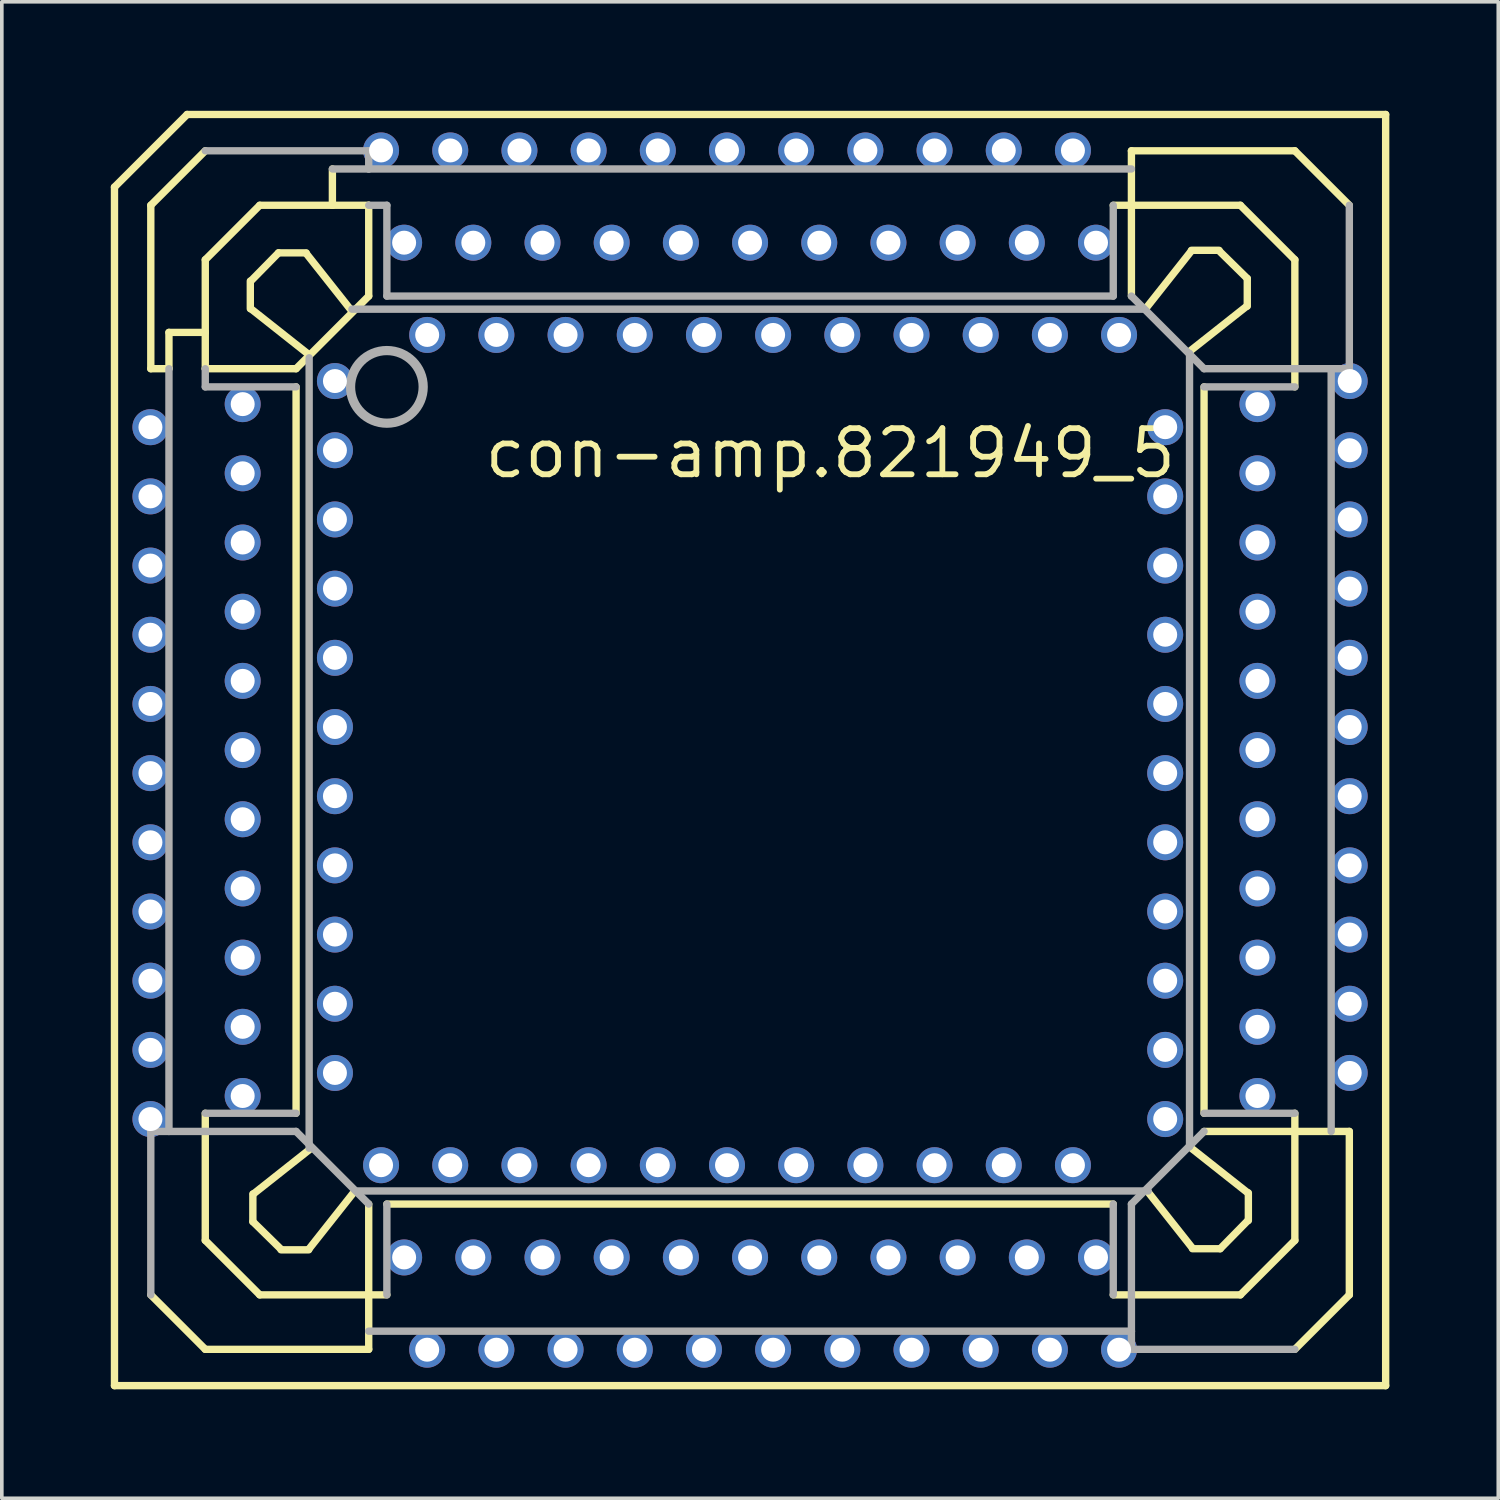
<source format=kicad_pcb>
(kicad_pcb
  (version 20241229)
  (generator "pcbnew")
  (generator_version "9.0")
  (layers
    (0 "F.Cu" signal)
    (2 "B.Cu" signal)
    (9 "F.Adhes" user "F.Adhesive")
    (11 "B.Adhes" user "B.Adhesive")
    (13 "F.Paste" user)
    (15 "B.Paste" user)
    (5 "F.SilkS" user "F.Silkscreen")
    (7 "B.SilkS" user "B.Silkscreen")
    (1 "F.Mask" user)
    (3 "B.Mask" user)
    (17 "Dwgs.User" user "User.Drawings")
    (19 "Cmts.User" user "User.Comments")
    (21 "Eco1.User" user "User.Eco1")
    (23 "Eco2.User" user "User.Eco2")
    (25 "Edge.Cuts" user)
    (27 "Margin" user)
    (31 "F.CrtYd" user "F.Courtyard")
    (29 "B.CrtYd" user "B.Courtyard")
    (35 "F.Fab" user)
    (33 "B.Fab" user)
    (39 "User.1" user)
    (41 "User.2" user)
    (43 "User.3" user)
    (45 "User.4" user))
  (footprint "con-amp.821949_5"
    (layer "F.Cu")
    (at 17.602 17.602)
    (property "Reference" "con-amp.821949_5" (at -7.39 -7.43 0) (layer "F.SilkS") (effects (font (size 1.27 1.27) (thickness 0.16)) (justify left bottom)))
    (attr through_hole)
    (fp_line (start -17.5 17.5) (end -17.5 -15.5) (stroke (width 0.203) (type default)) (layer "F.SilkS"))
    (fp_line (start -16.5 -15) (end -16.5 -10.5) (stroke (width 0.203) (type default)) (layer "F.SilkS"))
    (fp_line (start -16.5 -10.5) (end -16 -10.5) (stroke (width 0.203) (type default)) (layer "F.SilkS"))
    (fp_line (start -16 -11.5) (end -16 -10.5) (stroke (width 0.203) (type default)) (layer "F.SilkS"))
    (fp_line (start -15.5 -17.5) (end -17.5 -15.5) (stroke (width 0.203) (type default)) (layer "F.SilkS"))
    (fp_line (start -15.5 -17.5) (end 17.5 -17.5) (stroke (width 0.203) (type default)) (layer "F.SilkS"))
    (fp_line (start -15 -16.5) (end -16.5 -15) (stroke (width 0.203) (type default)) (layer "F.SilkS"))
    (fp_line (start -15 -13.5) (end -15 -11.5) (stroke (width 0.203) (type default)) (layer "F.SilkS"))
    (fp_line (start -15 -11.5) (end -16 -11.5) (stroke (width 0.203) (type default)) (layer "F.SilkS"))
    (fp_line (start -15 -11.5) (end -15 -10.5) (stroke (width 0.203) (type default)) (layer "F.SilkS"))
    (fp_line (start -15 -10.5) (end -12.5 -10.5) (stroke (width 0.203) (type default)) (layer "F.SilkS"))
    (fp_line (start -15 10) (end -15 13.5) (stroke (width 0.203) (type default)) (layer "F.SilkS"))
    (fp_line (start -15 13.5) (end -13.5 15) (stroke (width 0.203) (type default)) (layer "F.SilkS"))
    (fp_line (start -15 16.5) (end -16.5 15) (stroke (width 0.203) (type default)) (layer "F.SilkS"))
    (fp_line (start -13.76 -12.914) (end -13.76 -12.152) (stroke (width 0.203) (type default)) (layer "F.SilkS"))
    (fp_line (start -13.746 -12.152) (end -12.14 -10.882) (stroke (width 0.203) (type default)) (layer "F.SilkS"))
    (fp_line (start -13.69 12.222) (end -13.69 12.984) (stroke (width 0.203) (type default)) (layer "F.SilkS"))
    (fp_line (start -13.69 12.984) (end -12.914 13.746) (stroke (width 0.203) (type default)) (layer "F.SilkS"))
    (fp_line (start -13.5 -15) (end -15 -13.5) (stroke (width 0.203) (type default)) (layer "F.SilkS"))
    (fp_line (start -13.5 15) (end -10 15) (stroke (width 0.203) (type default)) (layer "F.SilkS"))
    (fp_line (start -12.984 -13.69) (end -13.746 -12.914) (stroke (width 0.203) (type default)) (layer "F.SilkS"))
    (fp_line (start -12.914 13.76) (end -12.152 13.76) (stroke (width 0.203) (type default)) (layer "F.SilkS"))
    (fp_line (start -12.5 10) (end -12.5 -10) (stroke (width 0.203) (type default)) (layer "F.SilkS"))
    (fp_line (start -12.222 -13.69) (end -12.984 -13.69) (stroke (width 0.203) (type default)) (layer "F.SilkS"))
    (fp_line (start -12.152 13.746) (end -10.882 12.14) (stroke (width 0.203) (type default)) (layer "F.SilkS"))
    (fp_line (start -12.07 10.952) (end -13.676 12.222) (stroke (width 0.203) (type default)) (layer "F.SilkS"))
    (fp_line (start -11.5 -15) (end -13.5 -15) (stroke (width 0.203) (type default)) (layer "F.SilkS"))
    (fp_line (start -11.5 -15) (end -11.5 -16) (stroke (width 0.203) (type default)) (layer "F.SilkS"))
    (fp_line (start -10.952 -12.07) (end -12.222 -13.676) (stroke (width 0.203) (type default)) (layer "F.SilkS"))
    (fp_line (start -10.5 -15) (end -11.5 -15) (stroke (width 0.203) (type default)) (layer "F.SilkS"))
    (fp_line (start -10.5 -12.5) (end -12.5 -10.5) (stroke (width 0.203) (type default)) (layer "F.SilkS"))
    (fp_line (start -10.5 -12.5) (end -10.5 -15) (stroke (width 0.203) (type default)) (layer "F.SilkS"))
    (fp_line (start -10.5 12.5) (end -10.5 16.5) (stroke (width 0.203) (type default)) (layer "F.SilkS"))
    (fp_line (start -10.5 16.5) (end -15 16.5) (stroke (width 0.203) (type default)) (layer "F.SilkS"))
    (fp_line (start 10 12.5) (end -10 12.5) (stroke (width 0.203) (type default)) (layer "F.SilkS"))
    (fp_line (start 10 15) (end 13.5 15) (stroke (width 0.203) (type default)) (layer "F.SilkS"))
    (fp_line (start 10.5 -16.5) (end 15 -16.5) (stroke (width 0.203) (type default)) (layer "F.SilkS"))
    (fp_line (start 10.5 -12.5) (end 10.5 -16.5) (stroke (width 0.203) (type default)) (layer "F.SilkS"))
    (fp_line (start 10.912 12.11) (end 12.182 13.716) (stroke (width 0.203) (type default)) (layer "F.SilkS"))
    (fp_line (start 12.07 -10.952) (end 13.676 -12.222) (stroke (width 0.203) (type default)) (layer "F.SilkS"))
    (fp_line (start 12.152 -13.746) (end 10.882 -12.14) (stroke (width 0.203) (type default)) (layer "F.SilkS"))
    (fp_line (start 12.182 13.73) (end 12.944 13.73) (stroke (width 0.203) (type default)) (layer "F.SilkS"))
    (fp_line (start 12.5 -10) (end 12.5 10) (stroke (width 0.203) (type default)) (layer "F.SilkS"))
    (fp_line (start 12.5 10.5) (end 16.5 10.5) (stroke (width 0.203) (type default)) (layer "F.SilkS"))
    (fp_line (start 12.914 -13.76) (end 12.152 -13.76) (stroke (width 0.203) (type default)) (layer "F.SilkS"))
    (fp_line (start 12.944 13.73) (end 13.706 12.954) (stroke (width 0.203) (type default)) (layer "F.SilkS"))
    (fp_line (start 13.5 -15) (end 10 -15) (stroke (width 0.203) (type default)) (layer "F.SilkS"))
    (fp_line (start 13.5 15) (end 15 13.5) (stroke (width 0.203) (type default)) (layer "F.SilkS"))
    (fp_line (start 13.69 -12.984) (end 12.914 -13.746) (stroke (width 0.203) (type default)) (layer "F.SilkS"))
    (fp_line (start 13.69 -12.222) (end 13.69 -12.984) (stroke (width 0.203) (type default)) (layer "F.SilkS"))
    (fp_line (start 13.706 12.192) (end 12.1 10.922) (stroke (width 0.203) (type default)) (layer "F.SilkS"))
    (fp_line (start 13.72 12.954) (end 13.72 12.192) (stroke (width 0.203) (type default)) (layer "F.SilkS"))
    (fp_line (start 15 -16.5) (end 16.5 -15) (stroke (width 0.203) (type default)) (layer "F.SilkS"))
    (fp_line (start 15 -13.5) (end 13.5 -15) (stroke (width 0.203) (type default)) (layer "F.SilkS"))
    (fp_line (start 15 -10) (end 15 -13.5) (stroke (width 0.203) (type default)) (layer "F.SilkS"))
    (fp_line (start 15 13.5) (end 15 10) (stroke (width 0.203) (type default)) (layer "F.SilkS"))
    (fp_line (start 16.5 10.5) (end 16.5 15) (stroke (width 0.203) (type default)) (layer "F.SilkS"))
    (fp_line (start 16.5 15) (end 15 16.5) (stroke (width 0.203) (type default)) (layer "F.SilkS"))
    (fp_line (start 17.5 -17.5) (end 17.5 17.5) (stroke (width 0.203) (type default)) (layer "F.SilkS"))
    (fp_line (start 17.5 17.5) (end -17.5 17.5) (stroke (width 0.203) (type default)) (layer "F.SilkS"))
    (fp_line (start -16.5 10.5) (end -16 10.5) (stroke (width 0.203) (type default)) (layer "F.Fab"))
    (fp_line (start -16.5 15) (end -16.5 10.5) (stroke (width 0.203) (type default)) (layer "F.Fab"))
    (fp_line (start -16 10.5) (end -16 -10.5) (stroke (width 0.203) (type default)) (layer "F.Fab"))
    (fp_line (start -16 10.5) (end -12.5 10.5) (stroke (width 0.203) (type default)) (layer "F.Fab"))
    (fp_line (start -15 -10) (end -15 -10.5) (stroke (width 0.203) (type default)) (layer "F.Fab"))
    (fp_line (start -12.5 -10) (end -15 -10) (stroke (width 0.203) (type default)) (layer "F.Fab"))
    (fp_line (start -12.5 10) (end -15 10) (stroke (width 0.203) (type default)) (layer "F.Fab"))
    (fp_line (start -12.5 10.5) (end -10.5 12.5) (stroke (width 0.203) (type default)) (layer "F.Fab"))
    (fp_line (start -12.14 -10.8) (end -12.14 10.962) (stroke (width 0.203) (type default)) (layer "F.Fab"))
    (fp_line (start -11.5 -16) (end -10.5 -16) (stroke (width 0.203) (type default)) (layer "F.Fab"))
    (fp_line (start -10.8 12.14) (end 10.962 12.14) (stroke (width 0.203) (type default)) (layer "F.Fab"))
    (fp_line (start -10.5 -16.5) (end -15 -16.5) (stroke (width 0.203) (type default)) (layer "F.Fab"))
    (fp_line (start -10.5 -16) (end -10.5 -16.5) (stroke (width 0.203) (type default)) (layer "F.Fab"))
    (fp_line (start -10.5 -16) (end 10.5 -16) (stroke (width 0.203) (type default)) (layer "F.Fab"))
    (fp_line (start -10 -15) (end -10.5 -15) (stroke (width 0.203) (type default)) (layer "F.Fab"))
    (fp_line (start -10 -12.5) (end -10 -15) (stroke (width 0.203) (type default)) (layer "F.Fab"))
    (fp_line (start -10 -12.5) (end 10 -12.5) (stroke (width 0.203) (type default)) (layer "F.Fab"))
    (fp_line (start -10 15) (end -10 12.5) (stroke (width 0.203) (type default)) (layer "F.Fab"))
    (fp_line (start 10 -15) (end 10 -12.5) (stroke (width 0.203) (type default)) (layer "F.Fab"))
    (fp_line (start 10 12.5) (end 10 15) (stroke (width 0.203) (type default)) (layer "F.Fab"))
    (fp_line (start 10.5 12.5) (end 12.5 10.5) (stroke (width 0.203) (type default)) (layer "F.Fab"))
    (fp_line (start 10.5 16) (end -10.5 16) (stroke (width 0.203) (type default)) (layer "F.Fab"))
    (fp_line (start 10.5 16) (end 10.5 12.5) (stroke (width 0.203) (type default)) (layer "F.Fab"))
    (fp_line (start 10.5 16.5) (end 10.5 16) (stroke (width 0.203) (type default)) (layer "F.Fab"))
    (fp_line (start 10.8 -12.14) (end -10.962 -12.14) (stroke (width 0.203) (type default)) (layer "F.Fab"))
    (fp_line (start 12.1 10.922) (end 12.1 -10.922) (stroke (width 0.203) (type default)) (layer "F.Fab"))
    (fp_line (start 12.5 -10.5) (end 10.5 -12.5) (stroke (width 0.203) (type default)) (layer "F.Fab"))
    (fp_line (start 12.5 -10) (end 15 -10) (stroke (width 0.203) (type default)) (layer "F.Fab"))
    (fp_line (start 15 10) (end 12.5 10) (stroke (width 0.203) (type default)) (layer "F.Fab"))
    (fp_line (start 15 16.5) (end 10.5 16.5) (stroke (width 0.203) (type default)) (layer "F.Fab"))
    (fp_line (start 16 -10.5) (end 12.5 -10.5) (stroke (width 0.203) (type default)) (layer "F.Fab"))
    (fp_line (start 16 -10.5) (end 16 10.5) (stroke (width 0.203) (type default)) (layer "F.Fab"))
    (fp_line (start 16.5 -15) (end 16.5 -10.5) (stroke (width 0.203) (type default)) (layer "F.Fab"))
    (fp_line (start 16.5 -10.5) (end 16 -10.5) (stroke (width 0.203) (type default)) (layer "F.Fab"))
    (fp_circle (center -10 -10) (end -9 -10) (stroke (width 0.254) (type default)) (fill no) (layer "F.Fab"))
    (pad "1" thru_hole circle (at -11.43 -10.16) (size 0.991 0.991) (drill 0.66) (layers "*.Cu" "*.Mask"))
    (pad "2" thru_hole circle (at -13.97 -9.525) (size 0.991 0.991) (drill 0.66) (layers "*.Cu" "*.Mask"))
    (pad "3" thru_hole circle (at -16.51 -8.89) (size 0.991 0.991) (drill 0.66) (layers "*.Cu" "*.Mask"))
    (pad "4" thru_hole circle (at -11.43 -8.255) (size 0.991 0.991) (drill 0.66) (layers "*.Cu" "*.Mask"))
    (pad "5" thru_hole circle (at -13.97 -7.62) (size 0.991 0.991) (drill 0.66) (layers "*.Cu" "*.Mask"))
    (pad "6" thru_hole circle (at -16.51 -6.985) (size 0.991 0.991) (drill 0.66) (layers "*.Cu" "*.Mask"))
    (pad "7" thru_hole circle (at -11.43 -6.35) (size 0.991 0.991) (drill 0.66) (layers "*.Cu" "*.Mask"))
    (pad "8" thru_hole circle (at -13.97 -5.715) (size 0.991 0.991) (drill 0.66) (layers "*.Cu" "*.Mask"))
    (pad "9" thru_hole circle (at -16.51 -5.08) (size 0.991 0.991) (drill 0.66) (layers "*.Cu" "*.Mask"))
    (pad "10" thru_hole circle (at -11.43 -4.445) (size 0.991 0.991) (drill 0.66) (layers "*.Cu" "*.Mask"))
    (pad "11" thru_hole circle (at -13.97 -3.81) (size 0.991 0.991) (drill 0.66) (layers "*.Cu" "*.Mask"))
    (pad "12" thru_hole circle (at -16.51 -3.175) (size 0.991 0.991) (drill 0.66) (layers "*.Cu" "*.Mask"))
    (pad "13" thru_hole circle (at -11.43 -2.54) (size 0.991 0.991) (drill 0.66) (layers "*.Cu" "*.Mask"))
    (pad "14" thru_hole circle (at -13.97 -1.905) (size 0.991 0.991) (drill 0.66) (layers "*.Cu" "*.Mask"))
    (pad "15" thru_hole circle (at -16.51 -1.27) (size 0.991 0.991) (drill 0.66) (layers "*.Cu" "*.Mask"))
    (pad "16" thru_hole circle (at -11.43 -0.635) (size 0.991 0.991) (drill 0.66) (layers "*.Cu" "*.Mask"))
    (pad "17" thru_hole circle (at -13.97 0) (size 0.991 0.991) (drill 0.66) (layers "*.Cu" "*.Mask"))
    (pad "18" thru_hole circle (at -16.51 0.635) (size 0.991 0.991) (drill 0.66) (layers "*.Cu" "*.Mask"))
    (pad "19" thru_hole circle (at -11.43 1.27) (size 0.991 0.991) (drill 0.66) (layers "*.Cu" "*.Mask"))
    (pad "20" thru_hole circle (at -13.97 1.905) (size 0.991 0.991) (drill 0.66) (layers "*.Cu" "*.Mask"))
    (pad "21" thru_hole circle (at -16.51 2.54) (size 0.991 0.991) (drill 0.66) (layers "*.Cu" "*.Mask"))
    (pad "22" thru_hole circle (at -11.43 3.175) (size 0.991 0.991) (drill 0.66) (layers "*.Cu" "*.Mask"))
    (pad "23" thru_hole circle (at -13.97 3.81) (size 0.991 0.991) (drill 0.66) (layers "*.Cu" "*.Mask"))
    (pad "24" thru_hole circle (at -16.51 4.445) (size 0.991 0.991) (drill 0.66) (layers "*.Cu" "*.Mask"))
    (pad "25" thru_hole circle (at -11.43 5.08) (size 0.991 0.991) (drill 0.66) (layers "*.Cu" "*.Mask"))
    (pad "26" thru_hole circle (at -13.97 5.715) (size 0.991 0.991) (drill 0.66) (layers "*.Cu" "*.Mask"))
    (pad "27" thru_hole circle (at -16.51 6.35) (size 0.991 0.991) (drill 0.66) (layers "*.Cu" "*.Mask"))
    (pad "28" thru_hole circle (at -11.43 6.985) (size 0.991 0.991) (drill 0.66) (layers "*.Cu" "*.Mask"))
    (pad "29" thru_hole circle (at -13.97 7.62) (size 0.991 0.991) (drill 0.66) (layers "*.Cu" "*.Mask"))
    (pad "30" thru_hole circle (at -16.51 8.255) (size 0.991 0.991) (drill 0.66) (layers "*.Cu" "*.Mask"))
    (pad "31" thru_hole circle (at -11.43 8.89) (size 0.991 0.991) (drill 0.66) (layers "*.Cu" "*.Mask"))
    (pad "32" thru_hole circle (at -13.97 9.525) (size 0.991 0.991) (drill 0.66) (layers "*.Cu" "*.Mask"))
    (pad "33" thru_hole circle (at -16.51 10.16) (size 0.991 0.991) (drill 0.66) (layers "*.Cu" "*.Mask"))
    (pad "34" thru_hole circle (at -10.16 11.43) (size 0.991 0.991) (drill 0.66) (layers "*.Cu" "*.Mask"))
    (pad "35" thru_hole circle (at -9.525 13.97) (size 0.991 0.991) (drill 0.66) (layers "*.Cu" "*.Mask"))
    (pad "36" thru_hole circle (at -8.89 16.51) (size 0.991 0.991) (drill 0.66) (layers "*.Cu" "*.Mask"))
    (pad "37" thru_hole circle (at -8.255 11.43) (size 0.991 0.991) (drill 0.66) (layers "*.Cu" "*.Mask"))
    (pad "38" thru_hole circle (at -7.62 13.97) (size 0.991 0.991) (drill 0.66) (layers "*.Cu" "*.Mask"))
    (pad "39" thru_hole circle (at -6.985 16.51) (size 0.991 0.991) (drill 0.66) (layers "*.Cu" "*.Mask"))
    (pad "40" thru_hole circle (at -6.35 11.43) (size 0.991 0.991) (drill 0.66) (layers "*.Cu" "*.Mask"))
    (pad "41" thru_hole circle (at -5.715 13.97) (size 0.991 0.991) (drill 0.66) (layers "*.Cu" "*.Mask"))
    (pad "42" thru_hole circle (at -5.08 16.51) (size 0.991 0.991) (drill 0.66) (layers "*.Cu" "*.Mask"))
    (pad "43" thru_hole circle (at -4.445 11.43) (size 0.991 0.991) (drill 0.66) (layers "*.Cu" "*.Mask"))
    (pad "44" thru_hole circle (at -3.81 13.97) (size 0.991 0.991) (drill 0.66) (layers "*.Cu" "*.Mask"))
    (pad "45" thru_hole circle (at -3.175 16.51) (size 0.991 0.991) (drill 0.66) (layers "*.Cu" "*.Mask"))
    (pad "46" thru_hole circle (at -2.54 11.43) (size 0.991 0.991) (drill 0.66) (layers "*.Cu" "*.Mask"))
    (pad "47" thru_hole circle (at -1.905 13.97) (size 0.991 0.991) (drill 0.66) (layers "*.Cu" "*.Mask"))
    (pad "48" thru_hole circle (at -1.27 16.51) (size 0.991 0.991) (drill 0.66) (layers "*.Cu" "*.Mask"))
    (pad "49" thru_hole circle (at -0.635 11.43) (size 0.991 0.991) (drill 0.66) (layers "*.Cu" "*.Mask"))
    (pad "50" thru_hole circle (at 0 13.97) (size 0.991 0.991) (drill 0.66) (layers "*.Cu" "*.Mask"))
    (pad "51" thru_hole circle (at 0.635 16.51) (size 0.991 0.991) (drill 0.66) (layers "*.Cu" "*.Mask"))
    (pad "52" thru_hole circle (at 1.27 11.43) (size 0.991 0.991) (drill 0.66) (layers "*.Cu" "*.Mask"))
    (pad "53" thru_hole circle (at 1.905 13.97) (size 0.991 0.991) (drill 0.66) (layers "*.Cu" "*.Mask"))
    (pad "54" thru_hole circle (at 2.54 16.51) (size 0.991 0.991) (drill 0.66) (layers "*.Cu" "*.Mask"))
    (pad "55" thru_hole circle (at 3.175 11.43) (size 0.991 0.991) (drill 0.66) (layers "*.Cu" "*.Mask"))
    (pad "56" thru_hole circle (at 3.81 13.97) (size 0.991 0.991) (drill 0.66) (layers "*.Cu" "*.Mask"))
    (pad "57" thru_hole circle (at 4.445 16.51) (size 0.991 0.991) (drill 0.66) (layers "*.Cu" "*.Mask"))
    (pad "58" thru_hole circle (at 5.08 11.43) (size 0.991 0.991) (drill 0.66) (layers "*.Cu" "*.Mask"))
    (pad "59" thru_hole circle (at 5.715 13.97) (size 0.991 0.991) (drill 0.66) (layers "*.Cu" "*.Mask"))
    (pad "60" thru_hole circle (at 6.35 16.51) (size 0.991 0.991) (drill 0.66) (layers "*.Cu" "*.Mask"))
    (pad "61" thru_hole circle (at 6.985 11.43) (size 0.991 0.991) (drill 0.66) (layers "*.Cu" "*.Mask"))
    (pad "62" thru_hole circle (at 7.62 13.97) (size 0.991 0.991) (drill 0.66) (layers "*.Cu" "*.Mask"))
    (pad "63" thru_hole circle (at 8.255 16.51) (size 0.991 0.991) (drill 0.66) (layers "*.Cu" "*.Mask"))
    (pad "64" thru_hole circle (at 8.89 11.43) (size 0.991 0.991) (drill 0.66) (layers "*.Cu" "*.Mask"))
    (pad "65" thru_hole circle (at 9.525 13.97) (size 0.991 0.991) (drill 0.66) (layers "*.Cu" "*.Mask"))
    (pad "66" thru_hole circle (at 10.16 16.51) (size 0.991 0.991) (drill 0.66) (layers "*.Cu" "*.Mask"))
    (pad "67" thru_hole circle (at 11.43 10.16) (size 0.991 0.991) (drill 0.66) (layers "*.Cu" "*.Mask"))
    (pad "68" thru_hole circle (at 13.97 9.525) (size 0.991 0.991) (drill 0.66) (layers "*.Cu" "*.Mask"))
    (pad "69" thru_hole circle (at 16.51 8.89) (size 0.991 0.991) (drill 0.66) (layers "*.Cu" "*.Mask"))
    (pad "70" thru_hole circle (at 11.43 8.255) (size 0.991 0.991) (drill 0.66) (layers "*.Cu" "*.Mask"))
    (pad "71" thru_hole circle (at 13.97 7.62) (size 0.991 0.991) (drill 0.66) (layers "*.Cu" "*.Mask"))
    (pad "72" thru_hole circle (at 16.51 6.985) (size 0.991 0.991) (drill 0.66) (layers "*.Cu" "*.Mask"))
    (pad "73" thru_hole circle (at 11.43 6.35) (size 0.991 0.991) (drill 0.66) (layers "*.Cu" "*.Mask"))
    (pad "74" thru_hole circle (at 13.97 5.715) (size 0.991 0.991) (drill 0.66) (layers "*.Cu" "*.Mask"))
    (pad "75" thru_hole circle (at 16.51 5.08) (size 0.991 0.991) (drill 0.66) (layers "*.Cu" "*.Mask"))
    (pad "76" thru_hole circle (at 11.43 4.445) (size 0.991 0.991) (drill 0.66) (layers "*.Cu" "*.Mask"))
    (pad "77" thru_hole circle (at 13.97 3.81) (size 0.991 0.991) (drill 0.66) (layers "*.Cu" "*.Mask"))
    (pad "78" thru_hole circle (at 16.51 3.175) (size 0.991 0.991) (drill 0.66) (layers "*.Cu" "*.Mask"))
    (pad "79" thru_hole circle (at 11.43 2.54) (size 0.991 0.991) (drill 0.66) (layers "*.Cu" "*.Mask"))
    (pad "80" thru_hole circle (at 13.97 1.905) (size 0.991 0.991) (drill 0.66) (layers "*.Cu" "*.Mask"))
    (pad "81" thru_hole circle (at 16.51 1.27) (size 0.991 0.991) (drill 0.66) (layers "*.Cu" "*.Mask"))
    (pad "82" thru_hole circle (at 11.43 0.635) (size 0.991 0.991) (drill 0.66) (layers "*.Cu" "*.Mask"))
    (pad "83" thru_hole circle (at 13.97 0) (size 0.991 0.991) (drill 0.66) (layers "*.Cu" "*.Mask"))
    (pad "84" thru_hole circle (at 16.51 -0.635) (size 0.991 0.991) (drill 0.66) (layers "*.Cu" "*.Mask"))
    (pad "85" thru_hole circle (at 11.43 -1.27) (size 0.991 0.991) (drill 0.66) (layers "*.Cu" "*.Mask"))
    (pad "86" thru_hole circle (at 13.97 -1.905) (size 0.991 0.991) (drill 0.66) (layers "*.Cu" "*.Mask"))
    (pad "87" thru_hole circle (at 16.51 -2.54) (size 0.991 0.991) (drill 0.66) (layers "*.Cu" "*.Mask"))
    (pad "88" thru_hole circle (at 11.43 -3.175) (size 0.991 0.991) (drill 0.66) (layers "*.Cu" "*.Mask"))
    (pad "89" thru_hole circle (at 13.97 -3.81) (size 0.991 0.991) (drill 0.66) (layers "*.Cu" "*.Mask"))
    (pad "90" thru_hole circle (at 16.51 -4.445) (size 0.991 0.991) (drill 0.66) (layers "*.Cu" "*.Mask"))
    (pad "91" thru_hole circle (at 11.43 -5.08) (size 0.991 0.991) (drill 0.66) (layers "*.Cu" "*.Mask"))
    (pad "92" thru_hole circle (at 13.97 -5.715) (size 0.991 0.991) (drill 0.66) (layers "*.Cu" "*.Mask"))
    (pad "93" thru_hole circle (at 16.51 -6.35) (size 0.991 0.991) (drill 0.66) (layers "*.Cu" "*.Mask"))
    (pad "94" thru_hole circle (at 11.43 -6.985) (size 0.991 0.991) (drill 0.66) (layers "*.Cu" "*.Mask"))
    (pad "95" thru_hole circle (at 13.97 -7.62) (size 0.991 0.991) (drill 0.66) (layers "*.Cu" "*.Mask"))
    (pad "96" thru_hole circle (at 16.51 -8.255) (size 0.991 0.991) (drill 0.66) (layers "*.Cu" "*.Mask"))
    (pad "97" thru_hole circle (at 11.43 -8.89) (size 0.991 0.991) (drill 0.66) (layers "*.Cu" "*.Mask"))
    (pad "98" thru_hole circle (at 13.97 -9.525) (size 0.991 0.991) (drill 0.66) (layers "*.Cu" "*.Mask"))
    (pad "99" thru_hole circle (at 16.51 -10.16) (size 0.991 0.991) (drill 0.66) (layers "*.Cu" "*.Mask"))
    (pad "100" thru_hole circle (at 10.16 -11.43) (size 0.991 0.991) (drill 0.66) (layers "*.Cu" "*.Mask"))
    (pad "101" thru_hole circle (at 9.525 -13.97) (size 0.991 0.991) (drill 0.66) (layers "*.Cu" "*.Mask"))
    (pad "102" thru_hole circle (at 8.89 -16.51) (size 0.991 0.991) (drill 0.66) (layers "*.Cu" "*.Mask"))
    (pad "103" thru_hole circle (at 8.255 -11.43) (size 0.991 0.991) (drill 0.66) (layers "*.Cu" "*.Mask"))
    (pad "104" thru_hole circle (at 7.62 -13.97) (size 0.991 0.991) (drill 0.66) (layers "*.Cu" "*.Mask"))
    (pad "105" thru_hole circle (at 6.985 -16.51) (size 0.991 0.991) (drill 0.66) (layers "*.Cu" "*.Mask"))
    (pad "106" thru_hole circle (at 6.35 -11.43) (size 0.991 0.991) (drill 0.66) (layers "*.Cu" "*.Mask"))
    (pad "107" thru_hole circle (at 5.715 -13.97) (size 0.991 0.991) (drill 0.66) (layers "*.Cu" "*.Mask"))
    (pad "108" thru_hole circle (at 5.08 -16.51) (size 0.991 0.991) (drill 0.66) (layers "*.Cu" "*.Mask"))
    (pad "109" thru_hole circle (at 4.445 -11.43) (size 0.991 0.991) (drill 0.66) (layers "*.Cu" "*.Mask"))
    (pad "110" thru_hole circle (at 3.81 -13.97) (size 0.991 0.991) (drill 0.66) (layers "*.Cu" "*.Mask"))
    (pad "111" thru_hole circle (at 3.175 -16.51) (size 0.991 0.991) (drill 0.66) (layers "*.Cu" "*.Mask"))
    (pad "112" thru_hole circle (at 2.54 -11.43) (size 0.991 0.991) (drill 0.66) (layers "*.Cu" "*.Mask"))
    (pad "113" thru_hole circle (at 1.905 -13.97) (size 0.991 0.991) (drill 0.66) (layers "*.Cu" "*.Mask"))
    (pad "114" thru_hole circle (at 1.27 -16.51) (size 0.991 0.991) (drill 0.66) (layers "*.Cu" "*.Mask"))
    (pad "115" thru_hole circle (at 0.635 -11.43) (size 0.991 0.991) (drill 0.66) (layers "*.Cu" "*.Mask"))
    (pad "116" thru_hole circle (at 0 -13.97) (size 0.991 0.991) (drill 0.66) (layers "*.Cu" "*.Mask"))
    (pad "117" thru_hole circle (at -0.635 -16.51) (size 0.991 0.991) (drill 0.66) (layers "*.Cu" "*.Mask"))
    (pad "118" thru_hole circle (at -1.27 -11.43) (size 0.991 0.991) (drill 0.66) (layers "*.Cu" "*.Mask"))
    (pad "119" thru_hole circle (at -1.905 -13.97) (size 0.991 0.991) (drill 0.66) (layers "*.Cu" "*.Mask"))
    (pad "120" thru_hole circle (at -2.54 -16.51) (size 0.991 0.991) (drill 0.66) (layers "*.Cu" "*.Mask"))
    (pad "121" thru_hole circle (at -3.175 -11.43) (size 0.991 0.991) (drill 0.66) (layers "*.Cu" "*.Mask"))
    (pad "122" thru_hole circle (at -3.81 -13.97) (size 0.991 0.991) (drill 0.66) (layers "*.Cu" "*.Mask"))
    (pad "123" thru_hole circle (at -4.445 -16.51) (size 0.991 0.991) (drill 0.66) (layers "*.Cu" "*.Mask"))
    (pad "124" thru_hole circle (at -5.08 -11.43) (size 0.991 0.991) (drill 0.66) (layers "*.Cu" "*.Mask"))
    (pad "125" thru_hole circle (at -5.715 -13.97) (size 0.991 0.991) (drill 0.66) (layers "*.Cu" "*.Mask"))
    (pad "126" thru_hole circle (at -6.35 -16.51) (size 0.991 0.991) (drill 0.66) (layers "*.Cu" "*.Mask"))
    (pad "127" thru_hole circle (at -6.985 -11.43) (size 0.991 0.991) (drill 0.66) (layers "*.Cu" "*.Mask"))
    (pad "128" thru_hole circle (at -7.62 -13.97) (size 0.991 0.991) (drill 0.66) (layers "*.Cu" "*.Mask"))
    (pad "129" thru_hole circle (at -8.255 -16.51) (size 0.991 0.991) (drill 0.66) (layers "*.Cu" "*.Mask"))
    (pad "130" thru_hole circle (at -8.89 -11.43) (size 0.991 0.991) (drill 0.66) (layers "*.Cu" "*.Mask"))
    (pad "131" thru_hole circle (at -9.525 -13.97) (size 0.991 0.991) (drill 0.66) (layers "*.Cu" "*.Mask"))
    (pad "132" thru_hole circle (at -10.16 -16.51) (size 0.991 0.991) (drill 0.66) (layers "*.Cu" "*.Mask")))
  (gr_rect
    (start -3 -3)
    (end 38.203 38.203)
    (stroke (width 0.1) (type default))
    (fill no)
    (layer "Edge.Cuts")))
</source>
